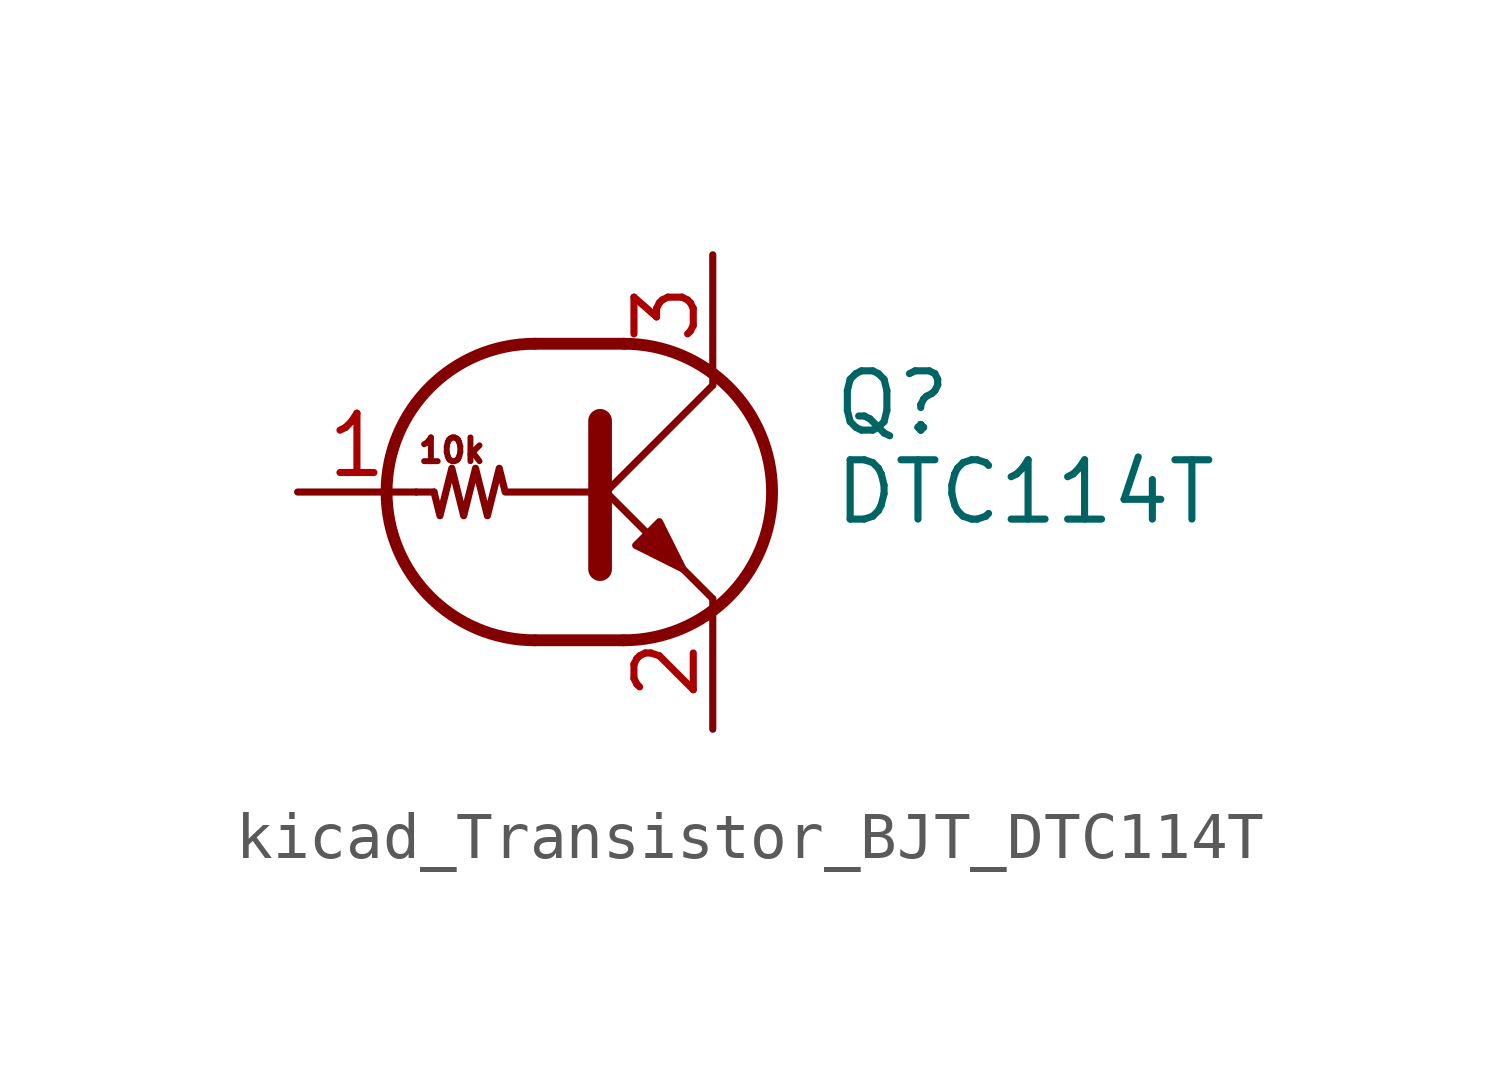
<source format=kicad_sym>
(kicad_symbol_lib
  (version 20220914)
  (generator kicad_symbol_editor)
  (symbol "kicad_Transistor_BJT_DTC114T"
    (pin_names
      (offset 0) hide)
    (property "Reference" "Q"
      (at 5.08 1.905 0)
      (effects (font (size 1.27 1.27)) (justify left)))
    (property "Value" "DTC114T"
      (at 5.08 0 0)
      (effects (font (size 1.27 1.27)) (justify left)))
    (symbol "kicad_Transistor_BJT_DTC114T_0_0"
      (polyline (pts (xy 2.54 -2.286) (xy 2.54 -2.54)) (stroke (width 0) (type default)) (fill (type none)))
      (text "10k" (at -3.048 0.889 0) (effects (font (size 0.508 0.508)))))
    (symbol "kicad_Transistor_BJT_DTC114T_0_1"
      (arc (start -1.27 3.175) (mid -4.4312 0) (end -1.27 -3.175) (stroke (width 0.254) (type default)) (fill (type none)))
      (polyline (pts (xy -3.429 0) (xy -3.81 0)) (stroke (width 0) (type default)) (fill (type none)))
      (polyline (pts (xy -1.27 -3.175) (xy 0.635 -3.175)) (stroke (width 0.254) (type default)) (fill (type none)))
      (polyline (pts (xy -1.27 3.175) (xy 0.635 3.175)) (stroke (width 0.254) (type default)) (fill (type none)))
      (polyline (pts (xy 0 -0.254) (xy 2.54 2.286)) (stroke (width 0) (type default)) (fill (type none)))
      (polyline (pts (xy 0.127 1.524) (xy 0.127 -1.651)) (stroke (width 0.508) (type default)) (fill (type outline)))
      (polyline (pts (xy 2.54 2.286) (xy 2.54 2.54)) (stroke (width 0) (type default)) (fill (type none)))
      (polyline (pts (xy 2.54 -2.286) (xy 0 0.254) (xy 0 0.254)) (stroke (width 0) (type default)) (fill (type none)))
      (polyline (pts (xy 0.889 -1.143) (xy 1.397 -0.635) (xy 1.905 -1.651) (xy 0.889 -1.143)) (stroke (width 0) (type default)) (fill (type outline)))
      (polyline (pts (xy 0 0) (xy -1.905 0) (xy -2.032 0.508) (xy -2.286 -0.508) (xy -2.54 0.508) (xy -2.794 -0.508) (xy -3.048 0.508) (xy -3.302 -0.508) (xy -3.429 0)) (stroke (width 0) (type default)) (fill (type none)))
      (arc (start 0.635 -3.175) (mid 3.7962 0) (end 0.635 3.175) (stroke (width 0.254) (type default)) (fill (type none))))
    (symbol "kicad_Transistor_BJT_DTC114T_1_1"
      (pin input line (at -6.35 0 0) (length 2.54) (name "B" (effects (font (size 1.27 1.27)))) (number "1" (effects (font (size 1.27 1.27)))))
      (pin passive line (at 2.54 -5.08 90) (length 2.54) (name "E" (effects (font (size 1.27 1.27)))) (number "2" (effects (font (size 1.27 1.27)))))
      (pin passive line (at 2.54 5.08 270) (length 2.54) (name "C" (effects (font (size 1.27 1.27)))) (number "3" (effects (font (size 1.27 1.27))))))))
</source>
